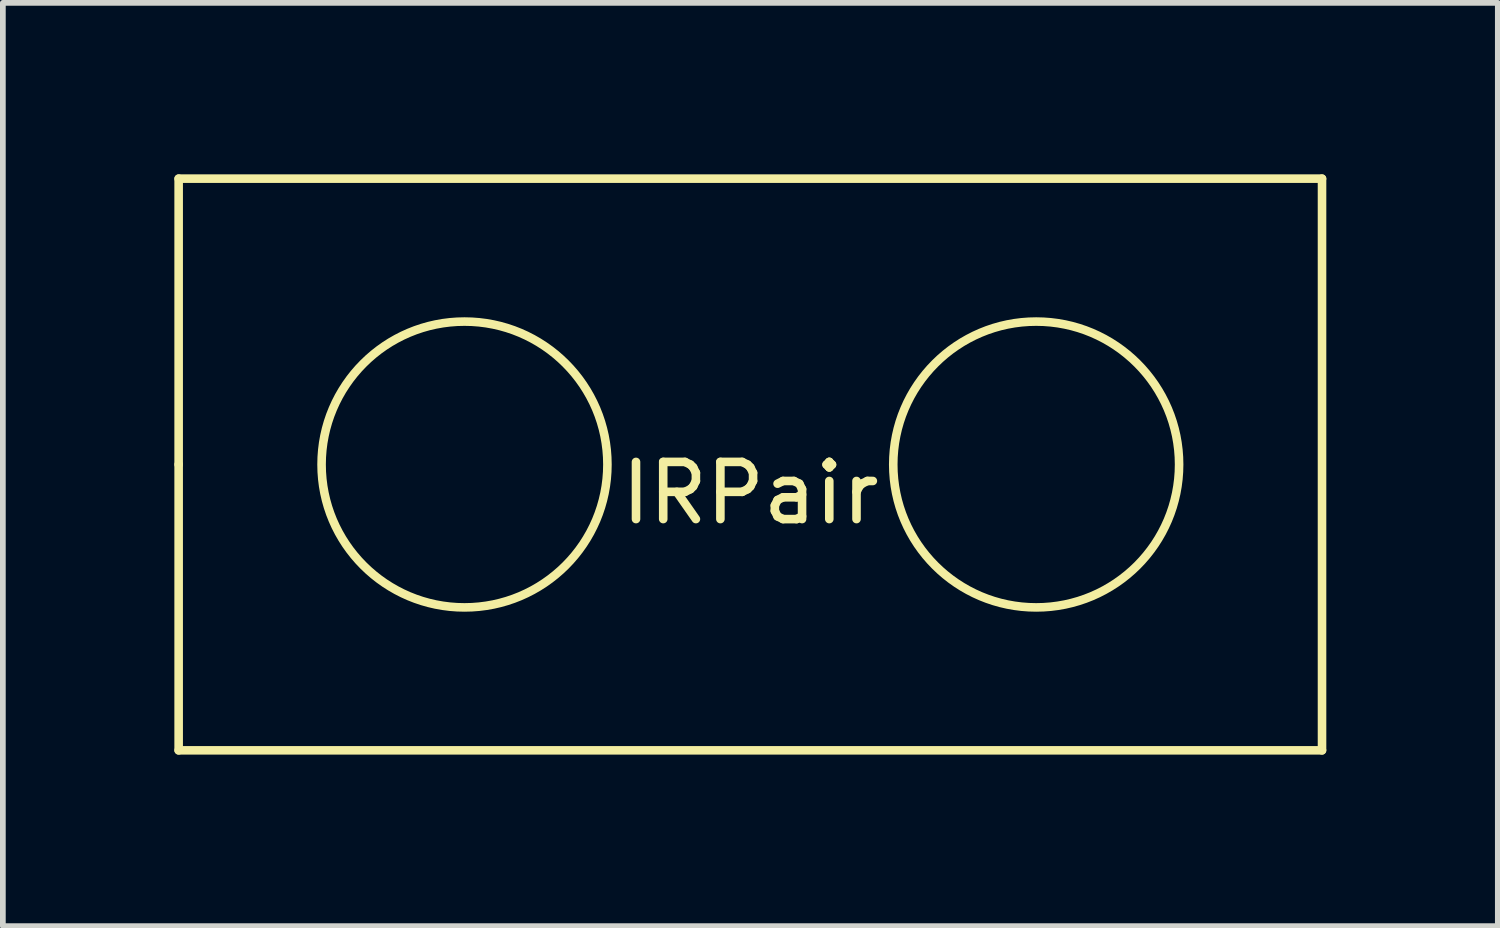
<source format=kicad_pcb>
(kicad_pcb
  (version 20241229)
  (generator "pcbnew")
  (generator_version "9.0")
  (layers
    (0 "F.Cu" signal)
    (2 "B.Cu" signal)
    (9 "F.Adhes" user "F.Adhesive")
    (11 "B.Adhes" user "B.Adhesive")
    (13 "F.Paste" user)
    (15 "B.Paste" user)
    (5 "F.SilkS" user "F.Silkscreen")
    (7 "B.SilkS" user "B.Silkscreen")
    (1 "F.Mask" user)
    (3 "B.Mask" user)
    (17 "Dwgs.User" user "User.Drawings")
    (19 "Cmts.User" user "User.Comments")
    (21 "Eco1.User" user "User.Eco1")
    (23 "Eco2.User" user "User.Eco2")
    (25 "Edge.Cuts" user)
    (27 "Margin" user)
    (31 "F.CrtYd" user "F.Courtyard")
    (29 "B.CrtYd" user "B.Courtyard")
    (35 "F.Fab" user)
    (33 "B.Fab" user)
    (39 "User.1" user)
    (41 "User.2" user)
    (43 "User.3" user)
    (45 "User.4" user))
  (footprint "IRPair"
    (layer "F.Cu")
    (at 10.075 5.075)
    (property "Reference" "IRPair" (at 0 0.5 0) (layer "F.SilkS") (effects (font (size 1 1) (thickness 0.15))))
    (attr through_hole)
    (fp_line (start -10 -5) (end 10 -5) (stroke (width 0.15) (type solid)) (layer "F.SilkS"))
    (fp_line (start -10 0) (end -10 -5) (stroke (width 0.15) (type solid)) (layer "F.SilkS"))
    (fp_line (start -10 5) (end -10 0) (stroke (width 0.15) (type solid)) (layer "F.SilkS"))
    (fp_line (start 10 -5) (end 10 5) (stroke (width 0.15) (type solid)) (layer "F.SilkS"))
    (fp_line (start 10 5) (end -10 5) (stroke (width 0.15) (type solid)) (layer "F.SilkS"))
    (fp_circle (center -5 0) (end -2.5 0) (stroke (width 0.15) (type solid)) (fill no) (layer "F.SilkS"))
    (fp_circle (center 5 0) (end 7.5 0) (stroke (width 0.15) (type solid)) (fill no) (layer "F.SilkS")))
  (gr_rect
    (start -3 -3)
    (end 23.15 13.15)
    (stroke (width 0.1) (type default))
    (fill no)
    (layer "Edge.Cuts")))
</source>
